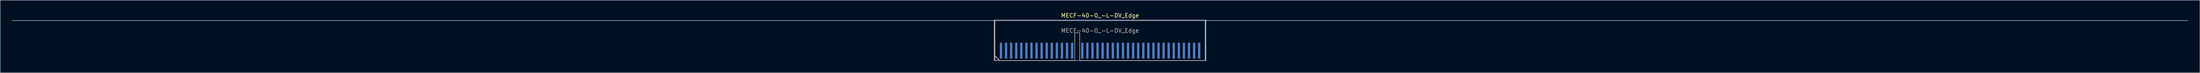
<source format=kicad_pcb>
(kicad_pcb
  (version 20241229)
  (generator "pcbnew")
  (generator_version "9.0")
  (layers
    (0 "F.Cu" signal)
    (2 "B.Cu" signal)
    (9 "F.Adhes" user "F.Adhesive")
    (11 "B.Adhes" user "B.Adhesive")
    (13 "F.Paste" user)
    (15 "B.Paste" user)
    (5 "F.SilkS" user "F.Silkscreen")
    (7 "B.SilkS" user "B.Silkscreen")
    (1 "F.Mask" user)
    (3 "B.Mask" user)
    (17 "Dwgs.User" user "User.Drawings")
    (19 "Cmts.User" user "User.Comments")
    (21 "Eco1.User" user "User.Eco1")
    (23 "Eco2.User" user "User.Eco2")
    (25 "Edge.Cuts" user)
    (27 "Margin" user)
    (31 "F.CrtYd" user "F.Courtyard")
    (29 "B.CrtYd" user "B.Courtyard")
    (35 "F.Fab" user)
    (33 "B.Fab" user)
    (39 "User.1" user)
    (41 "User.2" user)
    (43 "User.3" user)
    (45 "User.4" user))
  (footprint "MECF-40-0_-L-DV_Edge"
    (layer "F.Cu")
    (at 271.84 7.198)
    (property "Reference" "MECF-40-0_-L-DV_Edge" (at 0 -6.35 0) (layer "F.SilkS") (effects (font (size 1 1) (thickness 0.15))))
    (attr exclude_from_pos_files exclude_from_bom)
    (fp_line (start -26.38 -5.11) (end 26.38 -5.11) (stroke (width 0.12) (type solid)) (layer "F.SilkS"))
    (fp_line (start -26.38 3.73) (end -26.38 -5.11) (stroke (width 0.12) (type solid)) (layer "F.SilkS"))
    (fp_line (start -25.11 5) (end -26.38 3.73) (stroke (width 0.12) (type solid)) (layer "F.SilkS"))
    (fp_line (start -25.11 5) (end 26.38 5) (stroke (width 0.12) (type solid)) (layer "F.SilkS"))
    (fp_line (start 26.38 5) (end 26.38 -5.11) (stroke (width 0.12) (type solid)) (layer "F.SilkS"))
    (fp_line (start -26.38 -5.11) (end 26.38 -5.11) (stroke (width 0.12) (type solid)) (layer "B.SilkS"))
    (fp_line (start -26.38 5) (end -26.38 -5.11) (stroke (width 0.12) (type solid)) (layer "B.SilkS"))
    (fp_line (start -26.38 5) (end 26.38 5) (stroke (width 0.12) (type solid)) (layer "B.SilkS"))
    (fp_line (start 26.38 5) (end 26.38 -5.11) (stroke (width 0.12) (type solid)) (layer "B.SilkS"))
    (fp_line (start -271.78 -5.08) (end -26.275 -5.08) (stroke (width 0.12) (type solid)) (layer "Edge.Cuts"))
    (fp_line (start -26.275 5) (end -26.275 -5.08) (stroke (width 0.12) (type solid)) (layer "Edge.Cuts"))
    (fp_line (start -26.275 5) (end -6.325 5) (stroke (width 0.12) (type solid)) (layer "Edge.Cuts"))
    (fp_line (start -6.325 -2) (end -5.085 -2) (stroke (width 0.12) (type solid)) (layer "Edge.Cuts"))
    (fp_line (start -6.325 5) (end -6.325 -2) (stroke (width 0.12) (type solid)) (layer "Edge.Cuts"))
    (fp_line (start -5.085 5) (end -5.085 -2) (stroke (width 0.12) (type solid)) (layer "Edge.Cuts"))
    (fp_line (start -5.085 5) (end 26.275 5) (stroke (width 0.12) (type solid)) (layer "Edge.Cuts"))
    (fp_line (start 26.275 5) (end 26.275 -5.08) (stroke (width 0.12) (type solid)) (layer "Edge.Cuts"))
    (fp_line (start 271.78 -5.08) (end 26.275 -5.08) (stroke (width 0.12) (type solid)) (layer "Edge.Cuts"))
    (fp_line (start -26.52 -5.25) (end -26.52 5) (stroke (width 0.05) (type solid)) (layer "B.CrtYd"))
    (fp_line (start -26.52 5) (end 26.52 5) (stroke (width 0.05) (type solid)) (layer "B.CrtYd"))
    (fp_line (start 26.52 -5.25) (end -26.52 -5.25) (stroke (width 0.05) (type solid)) (layer "B.CrtYd"))
    (fp_line (start 26.52 5) (end 26.52 -5.25) (stroke (width 0.05) (type solid)) (layer "B.CrtYd"))
    (fp_line (start -26.52 -5.25) (end -26.52 5) (stroke (width 0.05) (type solid)) (layer "F.CrtYd"))
    (fp_line (start -26.52 5) (end 26.52 5) (stroke (width 0.05) (type solid)) (layer "F.CrtYd"))
    (fp_line (start 26.52 -5.25) (end -26.52 -5.25) (stroke (width 0.05) (type solid)) (layer "F.CrtYd"))
    (fp_line (start 26.52 5) (end 26.52 -5.25) (stroke (width 0.05) (type solid)) (layer "F.CrtYd"))
    (fp_line (start -26.275 -5) (end 26.275 -5) (stroke (width 0.1) (type solid)) (layer "B.Fab"))
    (fp_line (start -26.275 5) (end -26.275 -5) (stroke (width 0.1) (type solid)) (layer "B.Fab"))
    (fp_line (start -26.275 5) (end 26.275 5) (stroke (width 0.1) (type solid)) (layer "B.Fab"))
    (fp_line (start 26.275 5) (end 26.275 -5) (stroke (width 0.1) (type solid)) (layer "B.Fab"))
    (fp_line (start -26.275 -5) (end 26.275 -5) (stroke (width 0.1) (type solid)) (layer "F.Fab"))
    (fp_line (start -26.275 3.73) (end -26.275 -5) (stroke (width 0.1) (type solid)) (layer "F.Fab"))
    (fp_line (start -26.275 3.73) (end -25.005 5) (stroke (width 0.1) (type solid)) (layer "F.Fab"))
    (fp_line (start -25.005 5) (end 26.275 5) (stroke (width 0.1) (type solid)) (layer "F.Fab"))
    (fp_line (start 26.275 5) (end 26.275 -5) (stroke (width 0.1) (type solid)) (layer "F.Fab"))
    (fp_text user "${REFERENCE}" (at 0 -2.54 0) (layer "F.Fab") (effects (font (size 1 1) (thickness 0.15))))
    (pad "1" smd rect (at -24.755 2.5) (size 0.56 4) (layers "F.Cu" "F.Mask" "F.Paste"))
    (pad "2" smd rect (at -24.755 2.5) (size 0.56 4) (layers "B.Cu" "B.Mask" "B.Paste"))
    (pad "3" smd rect (at -23.485 2.5) (size 0.56 4) (layers "F.Cu" "F.Mask" "F.Paste"))
    (pad "4" smd rect (at -23.485 2.5) (size 0.56 4) (layers "B.Cu" "B.Mask" "B.Paste"))
    (pad "5" smd rect (at -22.215 2.5) (size 0.56 4) (layers "F.Cu" "F.Mask" "F.Paste"))
    (pad "6" smd rect (at -22.215 2.5) (size 0.56 4) (layers "B.Cu" "B.Mask" "B.Paste"))
    (pad "7" smd rect (at -20.945 2.5) (size 0.56 4) (layers "F.Cu" "F.Mask" "F.Paste"))
    (pad "8" smd rect (at -20.945 2.5) (size 0.56 4) (layers "B.Cu" "B.Mask" "B.Paste"))
    (pad "9" smd rect (at -19.675 2.5) (size 0.56 4) (layers "F.Cu" "F.Mask" "F.Paste"))
    (pad "10" smd rect (at -19.675 2.5) (size 0.56 4) (layers "B.Cu" "B.Mask" "B.Paste"))
    (pad "11" smd rect (at -18.405 2.5) (size 0.56 4) (layers "F.Cu" "F.Mask" "F.Paste"))
    (pad "12" smd rect (at -18.405 2.5) (size 0.56 4) (layers "B.Cu" "B.Mask" "B.Paste"))
    (pad "13" smd rect (at -17.135 2.5) (size 0.56 4) (layers "F.Cu" "F.Mask" "F.Paste"))
    (pad "14" smd rect (at -17.135 2.5) (size 0.56 4) (layers "B.Cu" "B.Mask" "B.Paste"))
    (pad "15" smd rect (at -15.865 2.5) (size 0.56 4) (layers "F.Cu" "F.Mask" "F.Paste"))
    (pad "16" smd rect (at -15.865 2.5) (size 0.56 4) (layers "B.Cu" "B.Mask" "B.Paste"))
    (pad "17" smd rect (at -14.595 2.5) (size 0.56 4) (layers "F.Cu" "F.Mask" "F.Paste"))
    (pad "18" smd rect (at -14.595 2.5) (size 0.56 4) (layers "B.Cu" "B.Mask" "B.Paste"))
    (pad "19" smd rect (at -13.325 2.5) (size 0.56 4) (layers "F.Cu" "F.Mask" "F.Paste"))
    (pad "20" smd rect (at -13.325 2.5) (size 0.56 4) (layers "B.Cu" "B.Mask" "B.Paste"))
    (pad "21" smd rect (at -12.055 2.5) (size 0.56 4) (layers "F.Cu" "F.Mask" "F.Paste"))
    (pad "22" smd rect (at -12.055 2.5) (size 0.56 4) (layers "B.Cu" "B.Mask" "B.Paste"))
    (pad "23" smd rect (at -10.785 2.5) (size 0.56 4) (layers "F.Cu" "F.Mask" "F.Paste"))
    (pad "24" smd rect (at -10.785 2.5) (size 0.56 4) (layers "B.Cu" "B.Mask" "B.Paste"))
    (pad "25" smd rect (at -9.515 2.5) (size 0.56 4) (layers "F.Cu" "F.Mask" "F.Paste"))
    (pad "26" smd rect (at -9.515 2.5) (size 0.56 4) (layers "B.Cu" "B.Mask" "B.Paste"))
    (pad "27" smd rect (at -8.245 2.5) (size 0.56 4) (layers "F.Cu" "F.Mask" "F.Paste"))
    (pad "28" smd rect (at -8.245 2.5) (size 0.56 4) (layers "B.Cu" "B.Mask" "B.Paste"))
    (pad "29" smd rect (at -6.975 2.5) (size 0.56 4) (layers "F.Cu" "F.Mask" "F.Paste"))
    (pad "30" smd rect (at -6.975 2.5) (size 0.56 4) (layers "B.Cu" "B.Mask" "B.Paste"))
    (pad "33" smd rect (at -4.435 2.5) (size 0.56 4) (layers "F.Cu" "F.Mask" "F.Paste"))
    (pad "34" smd rect (at -4.435 2.5) (size 0.56 4) (layers "B.Cu" "B.Mask" "B.Paste"))
    (pad "35" smd rect (at -3.165 2.5) (size 0.56 4) (layers "F.Cu" "F.Mask" "F.Paste"))
    (pad "36" smd rect (at -3.165 2.5) (size 0.56 4) (layers "B.Cu" "B.Mask" "B.Paste"))
    (pad "37" smd rect (at -1.895 2.5) (size 0.56 4) (layers "F.Cu" "F.Mask" "F.Paste"))
    (pad "38" smd rect (at -1.895 2.5) (size 0.56 4) (layers "B.Cu" "B.Mask" "B.Paste"))
    (pad "39" smd rect (at -0.625 2.5) (size 0.56 4) (layers "F.Cu" "F.Mask" "F.Paste"))
    (pad "40" smd rect (at -0.625 2.5) (size 0.56 4) (layers "B.Cu" "B.Mask" "B.Paste"))
    (pad "41" smd rect (at 0.645 2.5) (size 0.56 4) (layers "F.Cu" "F.Mask" "F.Paste"))
    (pad "42" smd rect (at 0.645 2.5) (size 0.56 4) (layers "B.Cu" "B.Mask" "B.Paste"))
    (pad "43" smd rect (at 1.915 2.5) (size 0.56 4) (layers "F.Cu" "F.Mask" "F.Paste"))
    (pad "44" smd rect (at 1.915 2.5) (size 0.56 4) (layers "B.Cu" "B.Mask" "B.Paste"))
    (pad "45" smd rect (at 3.185 2.5) (size 0.56 4) (layers "F.Cu" "F.Mask" "F.Paste"))
    (pad "46" smd rect (at 3.185 2.5) (size 0.56 4) (layers "B.Cu" "B.Mask" "B.Paste"))
    (pad "47" smd rect (at 4.455 2.5) (size 0.56 4) (layers "F.Cu" "F.Mask" "F.Paste"))
    (pad "48" smd rect (at 4.455 2.5) (size 0.56 4) (layers "B.Cu" "B.Mask" "B.Paste"))
    (pad "49" smd rect (at 5.725 2.5) (size 0.56 4) (layers "F.Cu" "F.Mask" "F.Paste"))
    (pad "50" smd rect (at 5.725 2.5) (size 0.56 4) (layers "B.Cu" "B.Mask" "B.Paste"))
    (pad "51" smd rect (at 6.995 2.5) (size 0.56 4) (layers "F.Cu" "F.Mask" "F.Paste"))
    (pad "52" smd rect (at 6.995 2.5) (size 0.56 4) (layers "B.Cu" "B.Mask" "B.Paste"))
    (pad "53" smd rect (at 8.265 2.5) (size 0.56 4) (layers "F.Cu" "F.Mask" "F.Paste"))
    (pad "54" smd rect (at 8.265 2.5) (size 0.56 4) (layers "B.Cu" "B.Mask" "B.Paste"))
    (pad "55" smd rect (at 9.535 2.5) (size 0.56 4) (layers "F.Cu" "F.Mask" "F.Paste"))
    (pad "56" smd rect (at 9.535 2.5) (size 0.56 4) (layers "B.Cu" "B.Mask" "B.Paste"))
    (pad "57" smd rect (at 10.805 2.5) (size 0.56 4) (layers "F.Cu" "F.Mask" "F.Paste"))
    (pad "58" smd rect (at 10.805 2.5) (size 0.56 4) (layers "B.Cu" "B.Mask" "B.Paste"))
    (pad "59" smd rect (at 12.075 2.5) (size 0.56 4) (layers "F.Cu" "F.Mask" "F.Paste"))
    (pad "60" smd rect (at 12.075 2.5) (size 0.56 4) (layers "B.Cu" "B.Mask" "B.Paste"))
    (pad "61" smd rect (at 13.345 2.5) (size 0.56 4) (layers "F.Cu" "F.Mask" "F.Paste"))
    (pad "62" smd rect (at 13.345 2.5) (size 0.56 4) (layers "B.Cu" "B.Mask" "B.Paste"))
    (pad "63" smd rect (at 14.615 2.5) (size 0.56 4) (layers "F.Cu" "F.Mask" "F.Paste"))
    (pad "64" smd rect (at 14.615 2.5) (size 0.56 4) (layers "B.Cu" "B.Mask" "B.Paste"))
    (pad "65" smd rect (at 15.885 2.5) (size 0.56 4) (layers "F.Cu" "F.Mask" "F.Paste"))
    (pad "66" smd rect (at 15.885 2.5) (size 0.56 4) (layers "B.Cu" "B.Mask" "B.Paste"))
    (pad "67" smd rect (at 17.155 2.5) (size 0.56 4) (layers "F.Cu" "F.Mask" "F.Paste"))
    (pad "68" smd rect (at 17.155 2.5) (size 0.56 4) (layers "B.Cu" "B.Mask" "B.Paste"))
    (pad "69" smd rect (at 18.425 2.5) (size 0.56 4) (layers "F.Cu" "F.Mask" "F.Paste"))
    (pad "70" smd rect (at 18.425 2.5) (size 0.56 4) (layers "B.Cu" "B.Mask" "B.Paste"))
    (pad "71" smd rect (at 19.695 2.5) (size 0.56 4) (layers "F.Cu" "F.Mask" "F.Paste"))
    (pad "72" smd rect (at 19.695 2.5) (size 0.56 4) (layers "B.Cu" "B.Mask" "B.Paste"))
    (pad "73" smd rect (at 20.965 2.5) (size 0.56 4) (layers "F.Cu" "F.Mask" "F.Paste"))
    (pad "74" smd rect (at 20.965 2.5) (size 0.56 4) (layers "B.Cu" "B.Mask" "B.Paste"))
    (pad "75" smd rect (at 22.235 2.5) (size 0.56 4) (layers "F.Cu" "F.Mask" "F.Paste"))
    (pad "76" smd rect (at 22.235 2.5) (size 0.56 4) (layers "B.Cu" "B.Mask" "B.Paste"))
    (pad "77" smd rect (at 23.505 2.5) (size 0.56 4) (layers "F.Cu" "F.Mask" "F.Paste"))
    (pad "78" smd rect (at 23.505 2.5) (size 0.56 4) (layers "B.Cu" "B.Mask" "B.Paste"))
    (pad "79" smd rect (at 24.775 2.5) (size 0.56 4) (layers "F.Cu" "F.Mask" "F.Paste"))
    (pad "80" smd rect (at 24.775 2.5) (size 0.56 4) (layers "B.Cu" "B.Mask" "B.Paste")))
  (gr_rect
    (start -3 -3)
    (end 546.68 15.258)
    (stroke (width 0.1) (type default))
    (fill no)
    (layer "Edge.Cuts")))
</source>
